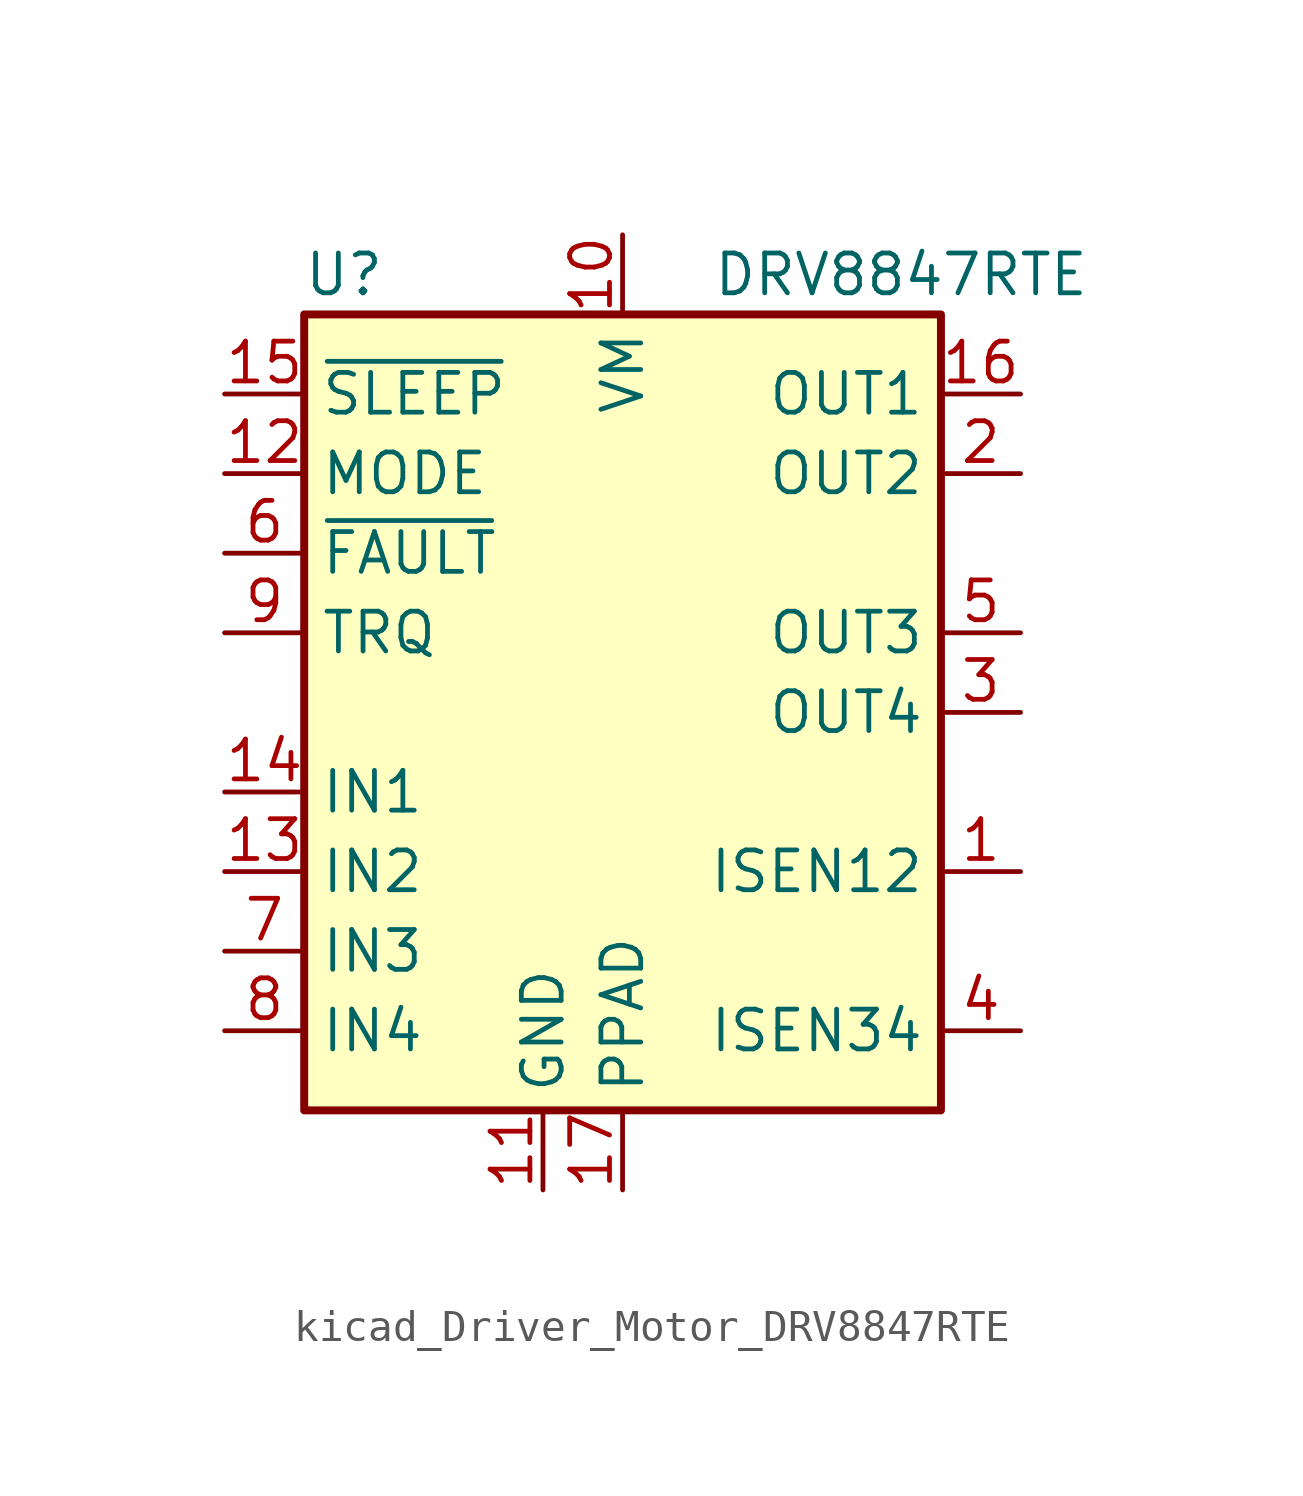
<source format=kicad_sym>
(kicad_symbol_lib
  (version 20220914)
  (generator kicad_symbol_editor)
  (symbol "kicad_Driver_Motor_DRV8847RTE"
    (property "Reference" "U"
      (at -8.89 13.97 0)
      (effects (font (size 1.27 1.27))))
    (property "Value" "DRV8847RTE"
      (at 8.89 13.97 0)
      (effects (font (size 1.27 1.27))))
    (symbol "kicad_Driver_Motor_DRV8847RTE_0_1"
      (rectangle (start -10.16 -12.7) (end 10.16 12.7) (stroke (width 0.254) (type default)) (fill (type background))))
    (symbol "kicad_Driver_Motor_DRV8847RTE_1_1"
      (pin passive line (at 12.7 -5.08 180) (length 2.54) (name "ISEN12" (effects (font (size 1.27 1.27)))) (number "1" (effects (font (size 1.27 1.27)))))
      (pin power_in line (at 0 15.24 270) (length 2.54) (name "VM" (effects (font (size 1.27 1.27)))) (number "10" (effects (font (size 1.27 1.27)))))
      (pin power_in line (at -2.54 -15.24 90) (length 2.54) (name "GND" (effects (font (size 1.27 1.27)))) (number "11" (effects (font (size 1.27 1.27)))))
      (pin input line (at -12.7 7.62 0) (length 2.54) (name "MODE" (effects (font (size 1.27 1.27)))) (number "12" (effects (font (size 1.27 1.27)))))
      (pin input line (at -12.7 -5.08 0) (length 2.54) (name "IN2" (effects (font (size 1.27 1.27)))) (number "13" (effects (font (size 1.27 1.27)))))
      (pin input line (at -12.7 -2.54 0) (length 2.54) (name "IN1" (effects (font (size 1.27 1.27)))) (number "14" (effects (font (size 1.27 1.27)))))
      (pin input line (at -12.7 10.16 0) (length 2.54) (name "~{SLEEP}" (effects (font (size 1.27 1.27)))) (number "15" (effects (font (size 1.27 1.27)))))
      (pin output line (at 12.7 10.16 180) (length 2.54) (name "OUT1" (effects (font (size 1.27 1.27)))) (number "16" (effects (font (size 1.27 1.27)))))
      (pin power_in line (at 0 -15.24 90) (length 2.54) (name "PPAD" (effects (font (size 1.27 1.27)))) (number "17" (effects (font (size 1.27 1.27)))))
      (pin output line (at 12.7 7.62 180) (length 2.54) (name "OUT2" (effects (font (size 1.27 1.27)))) (number "2" (effects (font (size 1.27 1.27)))))
      (pin output line (at 12.7 0 180) (length 2.54) (name "OUT4" (effects (font (size 1.27 1.27)))) (number "3" (effects (font (size 1.27 1.27)))))
      (pin passive line (at 12.7 -10.16 180) (length 2.54) (name "ISEN34" (effects (font (size 1.27 1.27)))) (number "4" (effects (font (size 1.27 1.27)))))
      (pin output line (at 12.7 2.54 180) (length 2.54) (name "OUT3" (effects (font (size 1.27 1.27)))) (number "5" (effects (font (size 1.27 1.27)))))
      (pin open_collector line (at -12.7 5.08 0) (length 2.54) (name "~{FAULT}" (effects (font (size 1.27 1.27)))) (number "6" (effects (font (size 1.27 1.27)))))
      (pin input line (at -12.7 -7.62 0) (length 2.54) (name "IN3" (effects (font (size 1.27 1.27)))) (number "7" (effects (font (size 1.27 1.27)))))
      (pin input line (at -12.7 -10.16 0) (length 2.54) (name "IN4" (effects (font (size 1.27 1.27)))) (number "8" (effects (font (size 1.27 1.27)))))
      (pin input line (at -12.7 2.54 0) (length 2.54) (name "TRQ" (effects (font (size 1.27 1.27)))) (number "9" (effects (font (size 1.27 1.27))))))))
</source>
